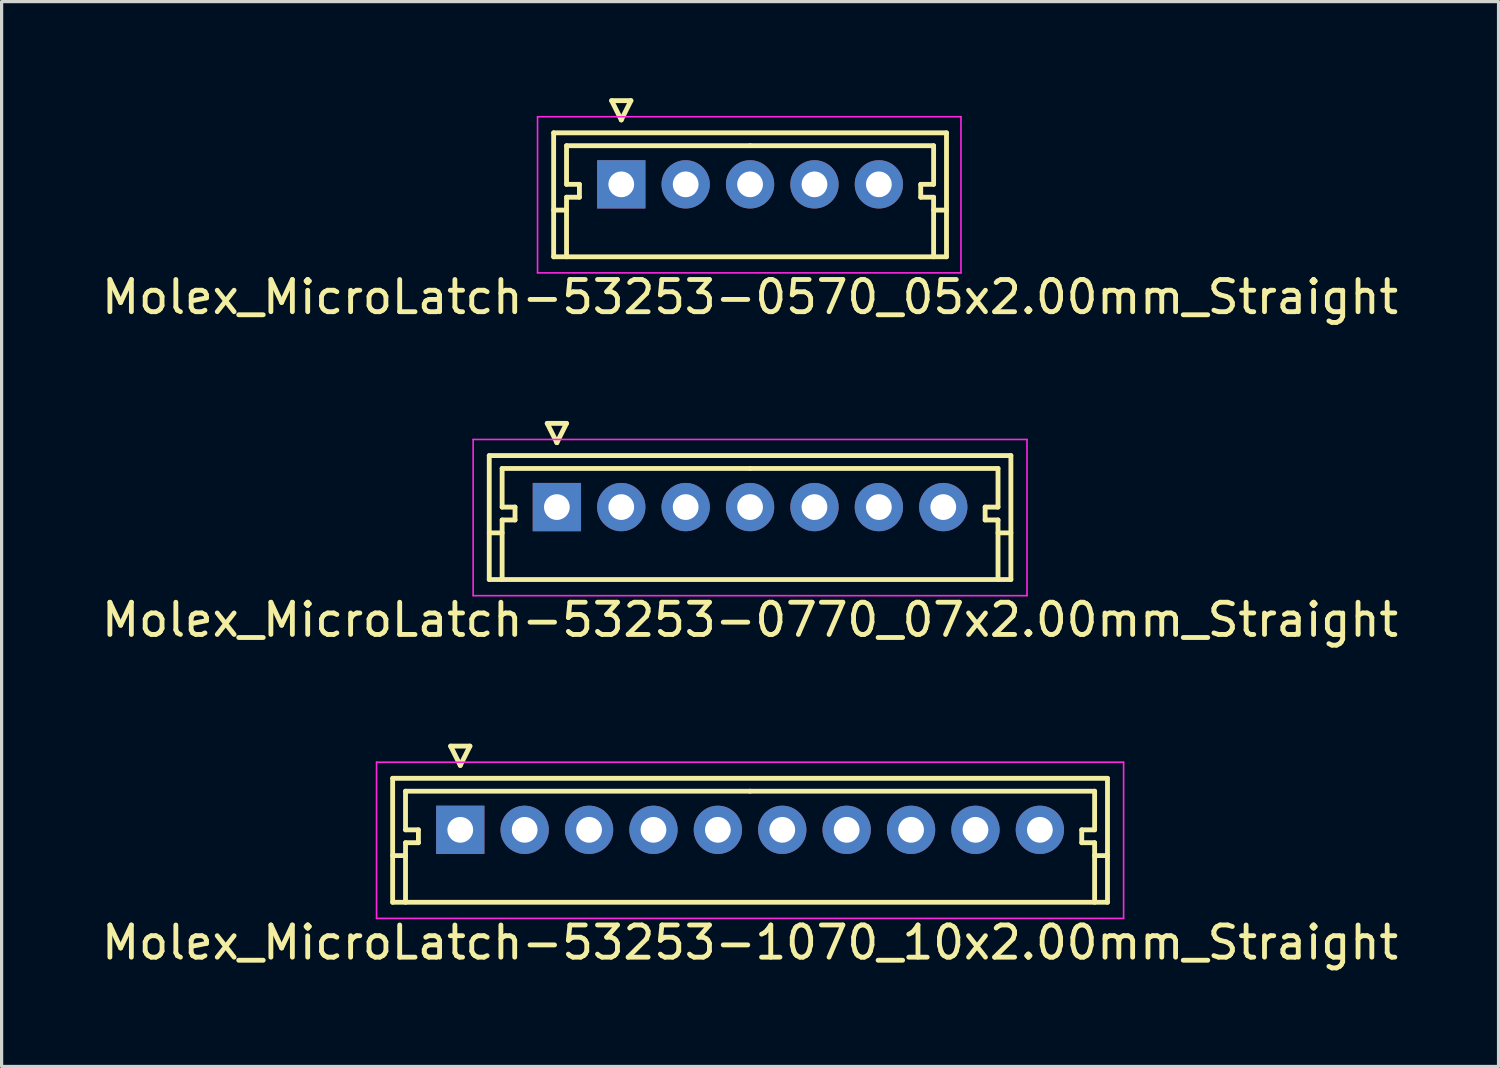
<source format=kicad_pcb>
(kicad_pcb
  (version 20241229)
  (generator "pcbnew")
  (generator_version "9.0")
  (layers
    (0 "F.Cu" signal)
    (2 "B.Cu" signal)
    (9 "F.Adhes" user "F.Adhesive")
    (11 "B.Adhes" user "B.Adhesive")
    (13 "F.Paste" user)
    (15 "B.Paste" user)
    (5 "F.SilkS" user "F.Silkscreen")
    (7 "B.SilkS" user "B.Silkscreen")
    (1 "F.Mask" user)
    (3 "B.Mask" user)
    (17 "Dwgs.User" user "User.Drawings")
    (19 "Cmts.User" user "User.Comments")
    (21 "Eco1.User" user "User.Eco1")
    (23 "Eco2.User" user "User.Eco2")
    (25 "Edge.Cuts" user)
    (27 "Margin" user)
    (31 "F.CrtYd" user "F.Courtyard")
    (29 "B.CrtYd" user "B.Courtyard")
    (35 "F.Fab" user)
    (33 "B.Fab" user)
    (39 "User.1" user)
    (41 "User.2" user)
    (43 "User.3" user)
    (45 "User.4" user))
  (footprint "Molex_MicroLatch-53253-0570_05x2.00mm_Straight"
    (layer "F.Cu")
    (at 16.244 2.675)
    (property "Reference" "Molex_MicroLatch-53253-0570_05x2.00mm_Straight" (at 4 3.5 0) (layer "F.SilkS") (effects (font (size 1 1) (thickness 0.15))))
    (attr through_hole)
    (fp_line (start -2.1 -1.6) (end -2.1 2.25) (stroke (width 0.15) (type solid)) (layer "F.SilkS"))
    (fp_line (start -2.1 0.8) (end -1.7 0.8) (stroke (width 0.15) (type solid)) (layer "F.SilkS"))
    (fp_line (start -2.1 2.25) (end 10.1 2.25) (stroke (width 0.15) (type solid)) (layer "F.SilkS"))
    (fp_line (start -1.7 -1.2) (end -1.7 0) (stroke (width 0.15) (type solid)) (layer "F.SilkS"))
    (fp_line (start -1.7 0) (end -1.3 0) (stroke (width 0.15) (type solid)) (layer "F.SilkS"))
    (fp_line (start -1.7 0.4) (end -1.7 2.25) (stroke (width 0.15) (type solid)) (layer "F.SilkS"))
    (fp_line (start -1.3 0) (end -1.3 0.4) (stroke (width 0.15) (type solid)) (layer "F.SilkS"))
    (fp_line (start -1.3 0.4) (end -1.7 0.4) (stroke (width 0.15) (type solid)) (layer "F.SilkS"))
    (fp_line (start -0.3 -2.6) (end 0.3 -2.6) (stroke (width 0.15) (type solid)) (layer "F.SilkS"))
    (fp_line (start 0 -2) (end -0.3 -2.6) (stroke (width 0.15) (type solid)) (layer "F.SilkS"))
    (fp_line (start 0.3 -2.6) (end 0 -2) (stroke (width 0.15) (type solid)) (layer "F.SilkS"))
    (fp_line (start 4 -1.2) (end -1.7 -1.2) (stroke (width 0.15) (type solid)) (layer "F.SilkS"))
    (fp_line (start 4 -1.2) (end 9.7 -1.2) (stroke (width 0.15) (type solid)) (layer "F.SilkS"))
    (fp_line (start 9.3 0) (end 9.3 0.4) (stroke (width 0.15) (type solid)) (layer "F.SilkS"))
    (fp_line (start 9.3 0.4) (end 9.7 0.4) (stroke (width 0.15) (type solid)) (layer "F.SilkS"))
    (fp_line (start 9.7 -1.2) (end 9.7 0) (stroke (width 0.15) (type solid)) (layer "F.SilkS"))
    (fp_line (start 9.7 0) (end 9.3 0) (stroke (width 0.15) (type solid)) (layer "F.SilkS"))
    (fp_line (start 9.7 0.4) (end 9.7 2.25) (stroke (width 0.15) (type solid)) (layer "F.SilkS"))
    (fp_line (start 10.1 -1.6) (end -2.1 -1.6) (stroke (width 0.15) (type solid)) (layer "F.SilkS"))
    (fp_line (start 10.1 0.8) (end 9.7 0.8) (stroke (width 0.15) (type solid)) (layer "F.SilkS"))
    (fp_line (start 10.1 2.25) (end 10.1 -1.6) (stroke (width 0.15) (type solid)) (layer "F.SilkS"))
    (fp_line (start -2.6 -2.1) (end -2.6 2.75) (stroke (width 0.05) (type solid)) (layer "F.CrtYd"))
    (fp_line (start -2.6 2.75) (end 10.55 2.75) (stroke (width 0.05) (type solid)) (layer "F.CrtYd"))
    (fp_line (start 10.55 -2.1) (end -2.6 -2.1) (stroke (width 0.05) (type solid)) (layer "F.CrtYd"))
    (fp_line (start 10.55 2.75) (end 10.55 -2.1) (stroke (width 0.05) (type solid)) (layer "F.CrtYd"))
    (pad "1" thru_hole rect (at 0 0) (size 1.5 1.5) (drill 0.8) (layers "*.Cu" "*.Mask"))
    (pad "2" thru_hole circle (at 2 0) (size 1.5 1.5) (drill 0.8) (layers "*.Cu" "*.Mask"))
    (pad "3" thru_hole circle (at 4 0) (size 1.5 1.5) (drill 0.8) (layers "*.Cu" "*.Mask"))
    (pad "4" thru_hole circle (at 6 0) (size 1.5 1.5) (drill 0.8) (layers "*.Cu" "*.Mask"))
    (pad "5" thru_hole circle (at 8 0) (size 1.5 1.5) (drill 0.8) (layers "*.Cu" "*.Mask")))
  (footprint "Molex_MicroLatch-53253-1070_10x2.00mm_Straight"
    (layer "F.Cu")
    (at 11.244 22.721)
    (property "Reference" "Molex_MicroLatch-53253-1070_10x2.00mm_Straight" (at 9 3.5 0) (layer "F.SilkS") (effects (font (size 1 1) (thickness 0.15))))
    (attr through_hole)
    (fp_line (start -2.1 -1.6) (end -2.1 2.25) (stroke (width 0.15) (type solid)) (layer "F.SilkS"))
    (fp_line (start -2.1 0.8) (end -1.7 0.8) (stroke (width 0.15) (type solid)) (layer "F.SilkS"))
    (fp_line (start -2.1 2.25) (end 20.1 2.25) (stroke (width 0.15) (type solid)) (layer "F.SilkS"))
    (fp_line (start -1.7 -1.2) (end -1.7 0) (stroke (width 0.15) (type solid)) (layer "F.SilkS"))
    (fp_line (start -1.7 0) (end -1.3 0) (stroke (width 0.15) (type solid)) (layer "F.SilkS"))
    (fp_line (start -1.7 0.4) (end -1.7 2.25) (stroke (width 0.15) (type solid)) (layer "F.SilkS"))
    (fp_line (start -1.3 0) (end -1.3 0.4) (stroke (width 0.15) (type solid)) (layer "F.SilkS"))
    (fp_line (start -1.3 0.4) (end -1.7 0.4) (stroke (width 0.15) (type solid)) (layer "F.SilkS"))
    (fp_line (start -0.3 -2.6) (end 0.3 -2.6) (stroke (width 0.15) (type solid)) (layer "F.SilkS"))
    (fp_line (start 0 -2) (end -0.3 -2.6) (stroke (width 0.15) (type solid)) (layer "F.SilkS"))
    (fp_line (start 0.3 -2.6) (end 0 -2) (stroke (width 0.15) (type solid)) (layer "F.SilkS"))
    (fp_line (start 9 -1.2) (end -1.7 -1.2) (stroke (width 0.15) (type solid)) (layer "F.SilkS"))
    (fp_line (start 9 -1.2) (end 19.7 -1.2) (stroke (width 0.15) (type solid)) (layer "F.SilkS"))
    (fp_line (start 19.3 0) (end 19.3 0.4) (stroke (width 0.15) (type solid)) (layer "F.SilkS"))
    (fp_line (start 19.3 0.4) (end 19.7 0.4) (stroke (width 0.15) (type solid)) (layer "F.SilkS"))
    (fp_line (start 19.7 -1.2) (end 19.7 0) (stroke (width 0.15) (type solid)) (layer "F.SilkS"))
    (fp_line (start 19.7 0) (end 19.3 0) (stroke (width 0.15) (type solid)) (layer "F.SilkS"))
    (fp_line (start 19.7 0.4) (end 19.7 2.25) (stroke (width 0.15) (type solid)) (layer "F.SilkS"))
    (fp_line (start 20.1 -1.6) (end -2.1 -1.6) (stroke (width 0.15) (type solid)) (layer "F.SilkS"))
    (fp_line (start 20.1 0.8) (end 19.7 0.8) (stroke (width 0.15) (type solid)) (layer "F.SilkS"))
    (fp_line (start 20.1 2.25) (end 20.1 -1.6) (stroke (width 0.15) (type solid)) (layer "F.SilkS"))
    (fp_line (start -2.6 -2.1) (end -2.6 2.75) (stroke (width 0.05) (type solid)) (layer "F.CrtYd"))
    (fp_line (start -2.6 2.75) (end 20.6 2.75) (stroke (width 0.05) (type solid)) (layer "F.CrtYd"))
    (fp_line (start 20.6 -2.1) (end -2.6 -2.1) (stroke (width 0.05) (type solid)) (layer "F.CrtYd"))
    (fp_line (start 20.6 2.75) (end 20.6 -2.1) (stroke (width 0.05) (type solid)) (layer "F.CrtYd"))
    (pad "1" thru_hole rect (at 0 0) (size 1.5 1.5) (drill 0.8) (layers "*.Cu" "*.Mask"))
    (pad "2" thru_hole circle (at 2 0) (size 1.5 1.5) (drill 0.8) (layers "*.Cu" "*.Mask"))
    (pad "3" thru_hole circle (at 4 0) (size 1.5 1.5) (drill 0.8) (layers "*.Cu" "*.Mask"))
    (pad "4" thru_hole circle (at 6 0) (size 1.5 1.5) (drill 0.8) (layers "*.Cu" "*.Mask"))
    (pad "5" thru_hole circle (at 8 0) (size 1.5 1.5) (drill 0.8) (layers "*.Cu" "*.Mask"))
    (pad "6" thru_hole circle (at 10 0) (size 1.5 1.5) (drill 0.8) (layers "*.Cu" "*.Mask"))
    (pad "7" thru_hole circle (at 12 0) (size 1.5 1.5) (drill 0.8) (layers "*.Cu" "*.Mask"))
    (pad "8" thru_hole circle (at 14 0) (size 1.5 1.5) (drill 0.8) (layers "*.Cu" "*.Mask"))
    (pad "9" thru_hole circle (at 16 0) (size 1.5 1.5) (drill 0.8) (layers "*.Cu" "*.Mask"))
    (pad "10" thru_hole circle (at 18 0) (size 1.5 1.5) (drill 0.8) (layers "*.Cu" "*.Mask")))
  (footprint "Molex_MicroLatch-53253-0770_07x2.00mm_Straight"
    (layer "F.Cu")
    (at 14.244 12.698)
    (property "Reference" "Molex_MicroLatch-53253-0770_07x2.00mm_Straight" (at 6 3.5 0) (layer "F.SilkS") (effects (font (size 1 1) (thickness 0.15))))
    (attr through_hole)
    (fp_line (start -2.1 -1.6) (end -2.1 2.25) (stroke (width 0.15) (type solid)) (layer "F.SilkS"))
    (fp_line (start -2.1 0.8) (end -1.7 0.8) (stroke (width 0.15) (type solid)) (layer "F.SilkS"))
    (fp_line (start -2.1 2.25) (end 14.1 2.25) (stroke (width 0.15) (type solid)) (layer "F.SilkS"))
    (fp_line (start -1.7 -1.2) (end -1.7 0) (stroke (width 0.15) (type solid)) (layer "F.SilkS"))
    (fp_line (start -1.7 0) (end -1.3 0) (stroke (width 0.15) (type solid)) (layer "F.SilkS"))
    (fp_line (start -1.7 0.4) (end -1.7 2.25) (stroke (width 0.15) (type solid)) (layer "F.SilkS"))
    (fp_line (start -1.3 0) (end -1.3 0.4) (stroke (width 0.15) (type solid)) (layer "F.SilkS"))
    (fp_line (start -1.3 0.4) (end -1.7 0.4) (stroke (width 0.15) (type solid)) (layer "F.SilkS"))
    (fp_line (start -0.3 -2.6) (end 0.3 -2.6) (stroke (width 0.15) (type solid)) (layer "F.SilkS"))
    (fp_line (start 0 -2) (end -0.3 -2.6) (stroke (width 0.15) (type solid)) (layer "F.SilkS"))
    (fp_line (start 0.3 -2.6) (end 0 -2) (stroke (width 0.15) (type solid)) (layer "F.SilkS"))
    (fp_line (start 6 -1.2) (end -1.7 -1.2) (stroke (width 0.15) (type solid)) (layer "F.SilkS"))
    (fp_line (start 6 -1.2) (end 13.7 -1.2) (stroke (width 0.15) (type solid)) (layer "F.SilkS"))
    (fp_line (start 13.3 0) (end 13.3 0.4) (stroke (width 0.15) (type solid)) (layer "F.SilkS"))
    (fp_line (start 13.3 0.4) (end 13.7 0.4) (stroke (width 0.15) (type solid)) (layer "F.SilkS"))
    (fp_line (start 13.7 -1.2) (end 13.7 0) (stroke (width 0.15) (type solid)) (layer "F.SilkS"))
    (fp_line (start 13.7 0) (end 13.3 0) (stroke (width 0.15) (type solid)) (layer "F.SilkS"))
    (fp_line (start 13.7 0.4) (end 13.7 2.25) (stroke (width 0.15) (type solid)) (layer "F.SilkS"))
    (fp_line (start 14.1 -1.6) (end -2.1 -1.6) (stroke (width 0.15) (type solid)) (layer "F.SilkS"))
    (fp_line (start 14.1 0.8) (end 13.7 0.8) (stroke (width 0.15) (type solid)) (layer "F.SilkS"))
    (fp_line (start 14.1 2.25) (end 14.1 -1.6) (stroke (width 0.15) (type solid)) (layer "F.SilkS"))
    (fp_line (start -2.6 -2.1) (end -2.6 2.75) (stroke (width 0.05) (type solid)) (layer "F.CrtYd"))
    (fp_line (start -2.6 2.75) (end 14.6 2.75) (stroke (width 0.05) (type solid)) (layer "F.CrtYd"))
    (fp_line (start 14.6 -2.1) (end -2.6 -2.1) (stroke (width 0.05) (type solid)) (layer "F.CrtYd"))
    (fp_line (start 14.6 2.75) (end 14.6 -2.1) (stroke (width 0.05) (type solid)) (layer "F.CrtYd"))
    (pad "1" thru_hole rect (at 0 0) (size 1.5 1.5) (drill 0.8) (layers "*.Cu" "*.Mask"))
    (pad "2" thru_hole circle (at 2 0) (size 1.5 1.5) (drill 0.8) (layers "*.Cu" "*.Mask"))
    (pad "3" thru_hole circle (at 4 0) (size 1.5 1.5) (drill 0.8) (layers "*.Cu" "*.Mask"))
    (pad "4" thru_hole circle (at 6 0) (size 1.5 1.5) (drill 0.8) (layers "*.Cu" "*.Mask"))
    (pad "5" thru_hole circle (at 8 0) (size 1.5 1.5) (drill 0.8) (layers "*.Cu" "*.Mask"))
    (pad "6" thru_hole circle (at 10 0) (size 1.5 1.5) (drill 0.8) (layers "*.Cu" "*.Mask"))
    (pad "7" thru_hole circle (at 12 0) (size 1.5 1.5) (drill 0.8) (layers "*.Cu" "*.Mask")))
  (gr_rect
    (start -3 -3)
    (end 43.488 30.07)
    (stroke (width 0.1) (type default))
    (fill no)
    (layer "Edge.Cuts")))
</source>
